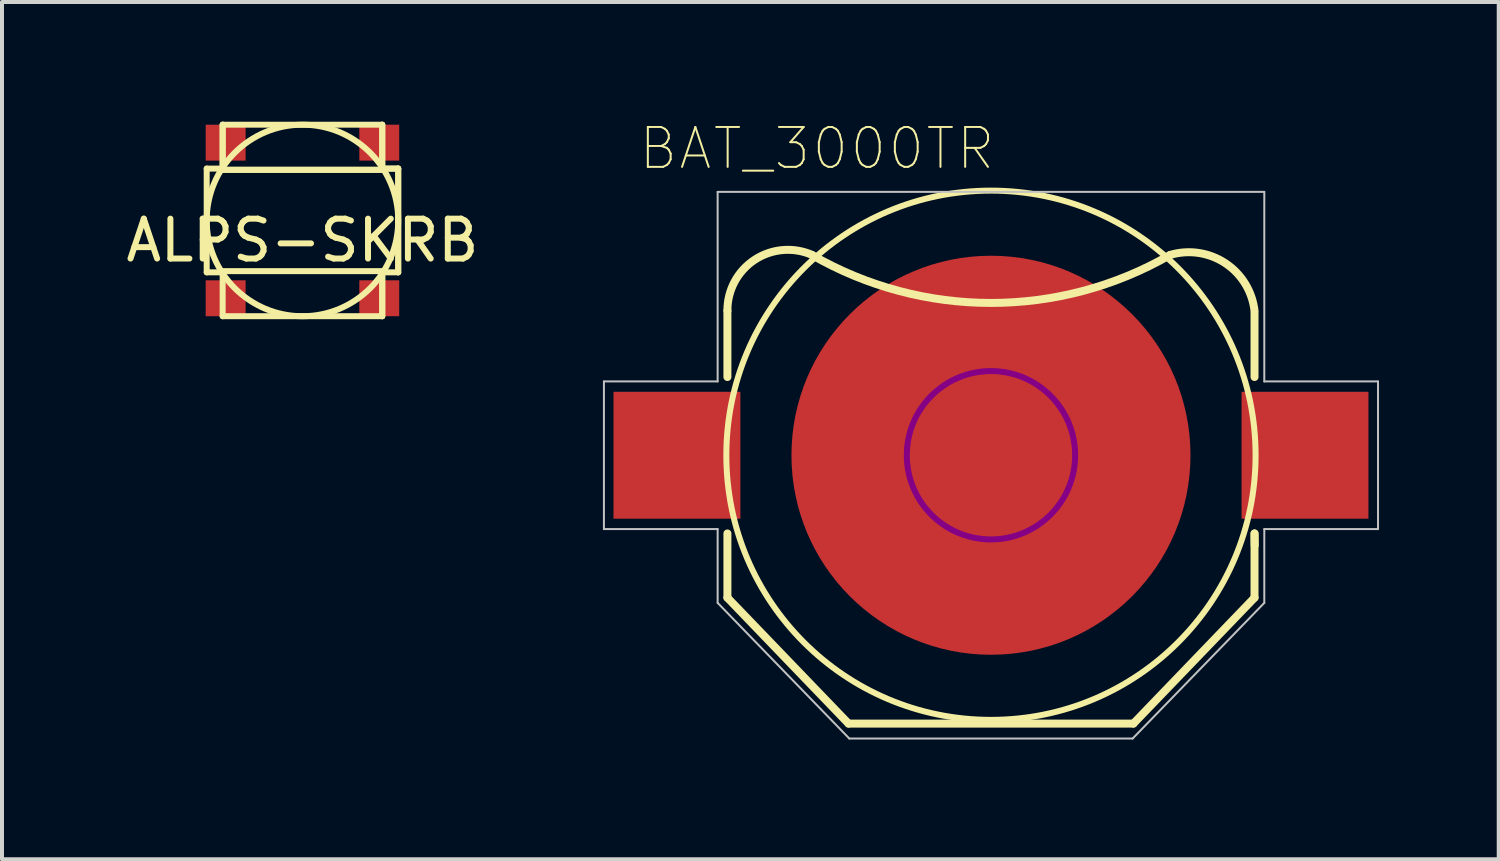
<source format=kicad_pcb>
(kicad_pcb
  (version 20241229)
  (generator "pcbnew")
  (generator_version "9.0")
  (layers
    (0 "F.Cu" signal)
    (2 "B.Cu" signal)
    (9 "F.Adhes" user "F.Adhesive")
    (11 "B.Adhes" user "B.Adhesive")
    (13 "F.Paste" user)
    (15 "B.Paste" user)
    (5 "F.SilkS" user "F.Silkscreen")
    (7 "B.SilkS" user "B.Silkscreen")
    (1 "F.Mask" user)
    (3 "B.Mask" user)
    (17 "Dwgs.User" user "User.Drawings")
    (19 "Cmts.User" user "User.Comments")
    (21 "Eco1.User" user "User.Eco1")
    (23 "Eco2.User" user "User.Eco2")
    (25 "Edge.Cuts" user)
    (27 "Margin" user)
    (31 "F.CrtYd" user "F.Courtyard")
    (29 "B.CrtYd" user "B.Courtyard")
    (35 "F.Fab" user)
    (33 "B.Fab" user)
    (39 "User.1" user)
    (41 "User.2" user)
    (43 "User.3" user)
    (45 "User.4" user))
  (footprint "ALPS-SKRB"
    (layer "F.Cu")
    (at 4.53 2.475)
    (property "Reference" "ALPS-SKRB" (at 0 0.5 0) (layer "F.SilkS") (effects (font (size 1 1) (thickness 0.15))))
    (attr through_hole)
    (fp_line (start -2.4 -1.3) (end -2.4 1.3) (stroke (width 0.15) (type solid)) (layer "F.SilkS"))
    (fp_line (start -2.4 -1.3) (end -2 -1.3) (stroke (width 0.15) (type solid)) (layer "F.SilkS"))
    (fp_line (start -2.4 1.3) (end -2 1.3) (stroke (width 0.15) (type solid)) (layer "F.SilkS"))
    (fp_line (start -2.032 -1.27) (end 2.032 -1.27) (stroke (width 0.15) (type solid)) (layer "F.SilkS"))
    (fp_line (start -2.032 1.27) (end 2.032 1.27) (stroke (width 0.15) (type solid)) (layer "F.SilkS"))
    (fp_line (start -2 -2.4) (end -2 -1.3) (stroke (width 0.15) (type solid)) (layer "F.SilkS"))
    (fp_line (start -2 -2.4) (end 2 -2.4) (stroke (width 0.15) (type solid)) (layer "F.SilkS"))
    (fp_line (start -2 -1.3) (end -2 -2.4) (stroke (width 0.15) (type solid)) (layer "F.SilkS"))
    (fp_line (start -2 1.3) (end -2 2.4) (stroke (width 0.15) (type solid)) (layer "F.SilkS"))
    (fp_line (start -2 2.4) (end 2 2.4) (stroke (width 0.15) (type solid)) (layer "F.SilkS"))
    (fp_line (start 2 -2.4) (end 2 -1.3) (stroke (width 0.15) (type solid)) (layer "F.SilkS"))
    (fp_line (start 2 -1.3) (end 2 -2.4) (stroke (width 0.15) (type solid)) (layer "F.SilkS"))
    (fp_line (start 2 -1.3) (end 2.4 -1.3) (stroke (width 0.15) (type solid)) (layer "F.SilkS"))
    (fp_line (start 2 1.3) (end 2 2.4) (stroke (width 0.15) (type solid)) (layer "F.SilkS"))
    (fp_line (start 2 2.4) (end 2 1.3) (stroke (width 0.15) (type solid)) (layer "F.SilkS"))
    (fp_line (start 2.032 -1.27) (end -2.032 -1.27) (stroke (width 0.15) (type solid)) (layer "F.SilkS"))
    (fp_line (start 2.4 -1.3) (end 2 -1.3) (stroke (width 0.15) (type solid)) (layer "F.SilkS"))
    (fp_line (start 2.4 -1.3) (end 2.4 1.3) (stroke (width 0.15) (type solid)) (layer "F.SilkS"))
    (fp_line (start 2.4 1.3) (end 2 1.3) (stroke (width 0.15) (type solid)) (layer "F.SilkS"))
    (fp_line (start 2.4 1.3) (end 2.4 -1.3) (stroke (width 0.15) (type solid)) (layer "F.SilkS"))
    (fp_circle (center 0 0) (end 2.4 0) (stroke (width 0.15) (type solid)) (fill no) (layer "F.SilkS"))
    (pad "1" smd rect (at -1.925 -1.95) (size 1 0.9) (layers "F.Cu" "F.Mask" "F.Paste"))
    (pad "2" smd rect (at -1.925 1.95) (size 1 0.9) (layers "F.Cu" "F.Mask" "F.Paste"))
    (pad "3" smd rect (at 1.925 -1.95) (size 1 0.9) (layers "F.Cu" "F.Mask" "F.Paste"))
    (pad "4" smd rect (at 1.925 1.95) (size 1 0.9) (layers "F.Cu" "F.Mask" "F.Paste")))
  (footprint "BAT_3000TR"
    (layer "F.Cu")
    (at 21.785 8.359)
    (property "Reference" "BAT_3000TR" (at -4.361 -7.687 0) (layer "F.SilkS") (effects (font (size 1 1) (thickness 0.05))))
    (attr smd)
    (fp_line (start -6.605 -3.62) (end -6.605 -1.96) (stroke (width 0.2) (type solid)) (layer "F.SilkS"))
    (fp_line (start -6.605 1.96) (end -6.605 3.57) (stroke (width 0.2) (type solid)) (layer "F.SilkS"))
    (fp_line (start -6.605 3.57) (end -3.57 6.725) (stroke (width 0.2) (type solid)) (layer "F.SilkS"))
    (fp_line (start -3.57 6.725) (end 3.57 6.725) (stroke (width 0.2) (type solid)) (layer "F.SilkS"))
    (fp_line (start 3.57 6.725) (end 6.605 3.57) (stroke (width 0.2) (type solid)) (layer "F.SilkS"))
    (fp_line (start 6.605 -1.96) (end 6.605 -3.57) (stroke (width 0.2) (type solid)) (layer "F.SilkS"))
    (fp_line (start 6.605 1.96) (end 6.61 2.26) (stroke (width 0.2) (type solid)) (layer "F.SilkS"))
    (fp_line (start 6.605 3.57) (end 6.605 1.96) (stroke (width 0.2) (type solid)) (layer "F.SilkS"))
    (fp_arc (start -6.60502 -3.622089) (mid -5.922407 -4.898541) (end -4.48 -5.02) (stroke (width 0.2) (type solid)) (layer "F.SilkS"))
    (fp_arc (start 4.489998 -5.019998) (mid 5.873914 -4.81312) (end 6.605 -3.62) (stroke (width 0.2) (type solid)) (layer "F.SilkS"))
    (fp_arc (start 4.49 -5.02) (mid 0.000004 -3.816907) (end -4.489993 -5.019996) (stroke (width 0.2) (type solid)) (layer "F.SilkS"))
    (fp_circle (center 0 0) (end 5.4 -3.85) (stroke (width 0.15) (type solid)) (fill no) (layer "F.SilkS"))
    (fp_circle (center 0 0) (end 1.8 -1.1) (stroke (width 0.15) (type solid)) (fill no) (layer "F.Adhes"))
    (fp_line (start -9.7 -1.85) (end -9.7 1.85) (stroke (width 0.05) (type solid)) (layer "Dwgs.User"))
    (fp_line (start -9.7 1.85) (end -6.85 1.85) (stroke (width 0.05) (type solid)) (layer "Dwgs.User"))
    (fp_line (start -6.85 -6.6) (end -6.85 -1.85) (stroke (width 0.05) (type solid)) (layer "Dwgs.User"))
    (fp_line (start -6.85 -1.85) (end -9.7 -1.85) (stroke (width 0.05) (type solid)) (layer "Dwgs.User"))
    (fp_line (start -6.85 1.85) (end -6.85 3.7) (stroke (width 0.05) (type solid)) (layer "Dwgs.User"))
    (fp_line (start -6.85 3.7) (end -3.55 7.1) (stroke (width 0.05) (type solid)) (layer "Dwgs.User"))
    (fp_line (start -3.55 7.1) (end 3.55 7.1) (stroke (width 0.05) (type solid)) (layer "Dwgs.User"))
    (fp_line (start 3.55 7.1) (end 6.85 3.7) (stroke (width 0.05) (type solid)) (layer "Dwgs.User"))
    (fp_line (start 6.85 -6.6) (end -6.85 -6.6) (stroke (width 0.05) (type solid)) (layer "Dwgs.User"))
    (fp_line (start 6.85 -1.85) (end 6.85 -6.6) (stroke (width 0.05) (type solid)) (layer "Dwgs.User"))
    (fp_line (start 6.85 1.85) (end 9.7 1.85) (stroke (width 0.05) (type solid)) (layer "Dwgs.User"))
    (fp_line (start 6.85 3.7) (end 6.85 1.85) (stroke (width 0.05) (type solid)) (layer "Dwgs.User"))
    (fp_line (start 9.7 -1.85) (end 6.85 -1.85) (stroke (width 0.05) (type solid)) (layer "Dwgs.User"))
    (fp_line (start 9.7 1.85) (end 9.7 -1.85) (stroke (width 0.05) (type solid)) (layer "Dwgs.User"))
    (pad "1" smd rect (at -7.87 0) (size 3.18 3.18) (layers "F.Cu" "F.Mask" "F.Paste"))
    (pad "2" smd circle (at 0 0) (size 10 10) (layers "F.Cu" "F.Mask" "F.Paste"))
    (pad "3" smd rect (at 7.87 0) (size 3.18 3.18) (layers "F.Cu" "F.Mask" "F.Paste")))
  (gr_rect
    (start -3 -3)
    (end 34.51 18.484)
    (stroke (width 0.1) (type default))
    (fill no)
    (layer "Edge.Cuts")))
</source>
